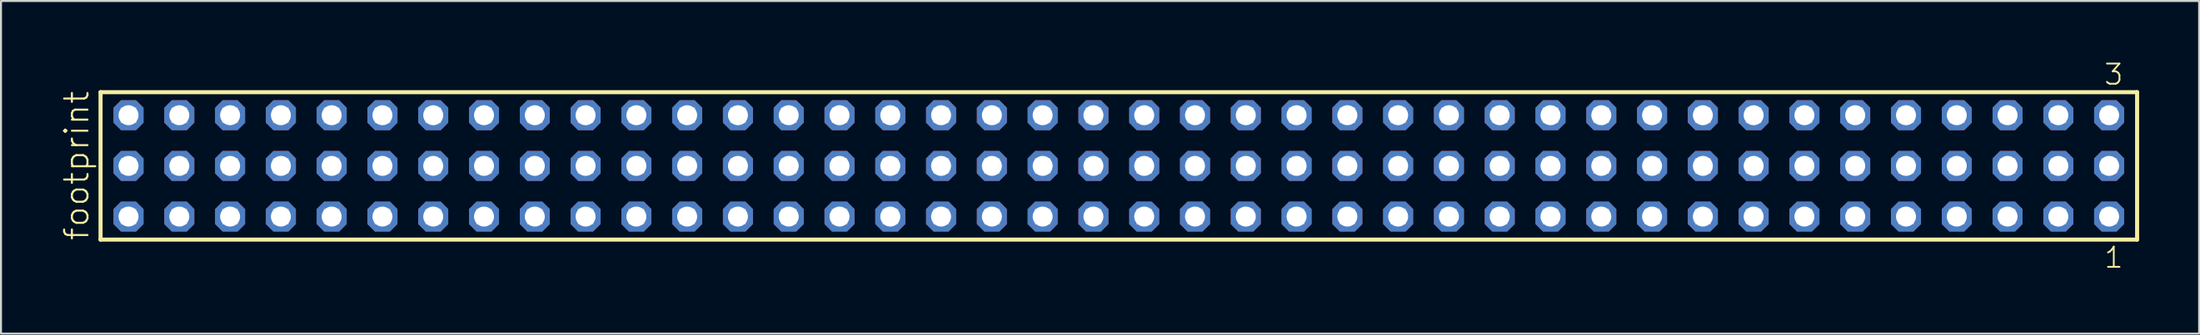
<source format=kicad_pcb>
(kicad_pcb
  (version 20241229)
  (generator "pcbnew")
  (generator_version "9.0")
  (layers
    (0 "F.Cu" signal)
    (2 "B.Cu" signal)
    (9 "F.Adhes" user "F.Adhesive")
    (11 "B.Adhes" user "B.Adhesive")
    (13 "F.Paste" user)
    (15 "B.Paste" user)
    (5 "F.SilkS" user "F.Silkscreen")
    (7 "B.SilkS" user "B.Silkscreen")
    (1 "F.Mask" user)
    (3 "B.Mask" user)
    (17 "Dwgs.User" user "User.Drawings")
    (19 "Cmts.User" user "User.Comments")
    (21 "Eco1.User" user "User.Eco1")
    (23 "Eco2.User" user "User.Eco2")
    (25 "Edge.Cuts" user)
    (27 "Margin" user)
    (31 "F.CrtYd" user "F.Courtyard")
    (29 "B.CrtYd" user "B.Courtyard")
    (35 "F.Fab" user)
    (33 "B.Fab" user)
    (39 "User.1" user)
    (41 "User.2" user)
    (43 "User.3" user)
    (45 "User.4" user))
  (footprint "footprint"
    (layer "F.Cu")
    (at 52.908 5.265)
    (property "Reference" "footprint" (at -51.435 3.81 90) (layer "F.SilkS") (effects (font (size 1.168 1.168) (thickness 0.102)) (justify left bottom)))
    (fp_line (start -50.929 -3.695) (end 50.929 -3.695) (stroke (width 0.203) (type solid)) (layer "F.SilkS"))
    (fp_line (start -50.929 3.695) (end -50.929 -3.695) (stroke (width 0.203) (type solid)) (layer "F.SilkS"))
    (fp_line (start 50.929 -3.695) (end 50.929 3.695) (stroke (width 0.203) (type solid)) (layer "F.SilkS"))
    (fp_line (start 50.929 3.695) (end -50.929 3.695) (stroke (width 0.203) (type solid)) (layer "F.SilkS"))
    (fp_poly (pts (xy -49.88 -2.19) (xy -49.18 -2.19) (xy -49.18 -2.89) (xy -49.88 -2.89)) (stroke (width 0.1) (type solid)) (fill no) (layer "F.Fab"))
    (fp_poly (pts (xy -49.88 0.35) (xy -49.18 0.35) (xy -49.18 -0.35) (xy -49.88 -0.35)) (stroke (width 0.1) (type solid)) (fill no) (layer "F.Fab"))
    (fp_poly (pts (xy -49.88 2.89) (xy -49.18 2.89) (xy -49.18 2.19) (xy -49.88 2.19)) (stroke (width 0.1) (type solid)) (fill no) (layer "F.Fab"))
    (fp_poly (pts (xy -47.34 -2.19) (xy -46.64 -2.19) (xy -46.64 -2.89) (xy -47.34 -2.89)) (stroke (width 0.1) (type solid)) (fill no) (layer "F.Fab"))
    (fp_poly (pts (xy -47.34 0.35) (xy -46.64 0.35) (xy -46.64 -0.35) (xy -47.34 -0.35)) (stroke (width 0.1) (type solid)) (fill no) (layer "F.Fab"))
    (fp_poly (pts (xy -47.34 2.89) (xy -46.64 2.89) (xy -46.64 2.19) (xy -47.34 2.19)) (stroke (width 0.1) (type solid)) (fill no) (layer "F.Fab"))
    (fp_poly (pts (xy -44.8 -2.19) (xy -44.1 -2.19) (xy -44.1 -2.89) (xy -44.8 -2.89)) (stroke (width 0.1) (type solid)) (fill no) (layer "F.Fab"))
    (fp_poly (pts (xy -44.8 0.35) (xy -44.1 0.35) (xy -44.1 -0.35) (xy -44.8 -0.35)) (stroke (width 0.1) (type solid)) (fill no) (layer "F.Fab"))
    (fp_poly (pts (xy -44.8 2.89) (xy -44.1 2.89) (xy -44.1 2.19) (xy -44.8 2.19)) (stroke (width 0.1) (type solid)) (fill no) (layer "F.Fab"))
    (fp_poly (pts (xy -42.26 -2.19) (xy -41.56 -2.19) (xy -41.56 -2.89) (xy -42.26 -2.89)) (stroke (width 0.1) (type solid)) (fill no) (layer "F.Fab"))
    (fp_poly (pts (xy -42.26 0.35) (xy -41.56 0.35) (xy -41.56 -0.35) (xy -42.26 -0.35)) (stroke (width 0.1) (type solid)) (fill no) (layer "F.Fab"))
    (fp_poly (pts (xy -42.26 2.89) (xy -41.56 2.89) (xy -41.56 2.19) (xy -42.26 2.19)) (stroke (width 0.1) (type solid)) (fill no) (layer "F.Fab"))
    (fp_poly (pts (xy -39.72 -2.19) (xy -39.02 -2.19) (xy -39.02 -2.89) (xy -39.72 -2.89)) (stroke (width 0.1) (type solid)) (fill no) (layer "F.Fab"))
    (fp_poly (pts (xy -39.72 0.35) (xy -39.02 0.35) (xy -39.02 -0.35) (xy -39.72 -0.35)) (stroke (width 0.1) (type solid)) (fill no) (layer "F.Fab"))
    (fp_poly (pts (xy -39.72 2.89) (xy -39.02 2.89) (xy -39.02 2.19) (xy -39.72 2.19)) (stroke (width 0.1) (type solid)) (fill no) (layer "F.Fab"))
    (fp_poly (pts (xy -37.18 -2.19) (xy -36.48 -2.19) (xy -36.48 -2.89) (xy -37.18 -2.89)) (stroke (width 0.1) (type solid)) (fill no) (layer "F.Fab"))
    (fp_poly (pts (xy -37.18 0.35) (xy -36.48 0.35) (xy -36.48 -0.35) (xy -37.18 -0.35)) (stroke (width 0.1) (type solid)) (fill no) (layer "F.Fab"))
    (fp_poly (pts (xy -37.18 2.89) (xy -36.48 2.89) (xy -36.48 2.19) (xy -37.18 2.19)) (stroke (width 0.1) (type solid)) (fill no) (layer "F.Fab"))
    (fp_poly (pts (xy -34.64 -2.19) (xy -33.94 -2.19) (xy -33.94 -2.89) (xy -34.64 -2.89)) (stroke (width 0.1) (type solid)) (fill no) (layer "F.Fab"))
    (fp_poly (pts (xy -34.64 0.35) (xy -33.94 0.35) (xy -33.94 -0.35) (xy -34.64 -0.35)) (stroke (width 0.1) (type solid)) (fill no) (layer "F.Fab"))
    (fp_poly (pts (xy -34.64 2.89) (xy -33.94 2.89) (xy -33.94 2.19) (xy -34.64 2.19)) (stroke (width 0.1) (type solid)) (fill no) (layer "F.Fab"))
    (fp_poly (pts (xy -32.1 -2.19) (xy -31.4 -2.19) (xy -31.4 -2.89) (xy -32.1 -2.89)) (stroke (width 0.1) (type solid)) (fill no) (layer "F.Fab"))
    (fp_poly (pts (xy -32.1 0.35) (xy -31.4 0.35) (xy -31.4 -0.35) (xy -32.1 -0.35)) (stroke (width 0.1) (type solid)) (fill no) (layer "F.Fab"))
    (fp_poly (pts (xy -32.1 2.89) (xy -31.4 2.89) (xy -31.4 2.19) (xy -32.1 2.19)) (stroke (width 0.1) (type solid)) (fill no) (layer "F.Fab"))
    (fp_poly (pts (xy -29.56 -2.19) (xy -28.86 -2.19) (xy -28.86 -2.89) (xy -29.56 -2.89)) (stroke (width 0.1) (type solid)) (fill no) (layer "F.Fab"))
    (fp_poly (pts (xy -29.56 0.35) (xy -28.86 0.35) (xy -28.86 -0.35) (xy -29.56 -0.35)) (stroke (width 0.1) (type solid)) (fill no) (layer "F.Fab"))
    (fp_poly (pts (xy -29.56 2.89) (xy -28.86 2.89) (xy -28.86 2.19) (xy -29.56 2.19)) (stroke (width 0.1) (type solid)) (fill no) (layer "F.Fab"))
    (fp_poly (pts (xy -27.02 -2.19) (xy -26.32 -2.19) (xy -26.32 -2.89) (xy -27.02 -2.89)) (stroke (width 0.1) (type solid)) (fill no) (layer "F.Fab"))
    (fp_poly (pts (xy -27.02 0.35) (xy -26.32 0.35) (xy -26.32 -0.35) (xy -27.02 -0.35)) (stroke (width 0.1) (type solid)) (fill no) (layer "F.Fab"))
    (fp_poly (pts (xy -27.02 2.89) (xy -26.32 2.89) (xy -26.32 2.19) (xy -27.02 2.19)) (stroke (width 0.1) (type solid)) (fill no) (layer "F.Fab"))
    (fp_poly (pts (xy -24.48 -2.19) (xy -23.78 -2.19) (xy -23.78 -2.89) (xy -24.48 -2.89)) (stroke (width 0.1) (type solid)) (fill no) (layer "F.Fab"))
    (fp_poly (pts (xy -24.48 0.35) (xy -23.78 0.35) (xy -23.78 -0.35) (xy -24.48 -0.35)) (stroke (width 0.1) (type solid)) (fill no) (layer "F.Fab"))
    (fp_poly (pts (xy -24.48 2.89) (xy -23.78 2.89) (xy -23.78 2.19) (xy -24.48 2.19)) (stroke (width 0.1) (type solid)) (fill no) (layer "F.Fab"))
    (fp_poly (pts (xy -21.94 -2.19) (xy -21.24 -2.19) (xy -21.24 -2.89) (xy -21.94 -2.89)) (stroke (width 0.1) (type solid)) (fill no) (layer "F.Fab"))
    (fp_poly (pts (xy -21.94 0.35) (xy -21.24 0.35) (xy -21.24 -0.35) (xy -21.94 -0.35)) (stroke (width 0.1) (type solid)) (fill no) (layer "F.Fab"))
    (fp_poly (pts (xy -21.94 2.89) (xy -21.24 2.89) (xy -21.24 2.19) (xy -21.94 2.19)) (stroke (width 0.1) (type solid)) (fill no) (layer "F.Fab"))
    (fp_poly (pts (xy -19.4 -2.19) (xy -18.7 -2.19) (xy -18.7 -2.89) (xy -19.4 -2.89)) (stroke (width 0.1) (type solid)) (fill no) (layer "F.Fab"))
    (fp_poly (pts (xy -19.4 0.35) (xy -18.7 0.35) (xy -18.7 -0.35) (xy -19.4 -0.35)) (stroke (width 0.1) (type solid)) (fill no) (layer "F.Fab"))
    (fp_poly (pts (xy -19.4 2.89) (xy -18.7 2.89) (xy -18.7 2.19) (xy -19.4 2.19)) (stroke (width 0.1) (type solid)) (fill no) (layer "F.Fab"))
    (fp_poly (pts (xy -16.86 -2.19) (xy -16.16 -2.19) (xy -16.16 -2.89) (xy -16.86 -2.89)) (stroke (width 0.1) (type solid)) (fill no) (layer "F.Fab"))
    (fp_poly (pts (xy -16.86 0.35) (xy -16.16 0.35) (xy -16.16 -0.35) (xy -16.86 -0.35)) (stroke (width 0.1) (type solid)) (fill no) (layer "F.Fab"))
    (fp_poly (pts (xy -16.86 2.89) (xy -16.16 2.89) (xy -16.16 2.19) (xy -16.86 2.19)) (stroke (width 0.1) (type solid)) (fill no) (layer "F.Fab"))
    (fp_poly (pts (xy -14.32 -2.19) (xy -13.62 -2.19) (xy -13.62 -2.89) (xy -14.32 -2.89)) (stroke (width 0.1) (type solid)) (fill no) (layer "F.Fab"))
    (fp_poly (pts (xy -14.32 0.35) (xy -13.62 0.35) (xy -13.62 -0.35) (xy -14.32 -0.35)) (stroke (width 0.1) (type solid)) (fill no) (layer "F.Fab"))
    (fp_poly (pts (xy -14.32 2.89) (xy -13.62 2.89) (xy -13.62 2.19) (xy -14.32 2.19)) (stroke (width 0.1) (type solid)) (fill no) (layer "F.Fab"))
    (fp_poly (pts (xy -11.78 -2.19) (xy -11.08 -2.19) (xy -11.08 -2.89) (xy -11.78 -2.89)) (stroke (width 0.1) (type solid)) (fill no) (layer "F.Fab"))
    (fp_poly (pts (xy -11.78 0.35) (xy -11.08 0.35) (xy -11.08 -0.35) (xy -11.78 -0.35)) (stroke (width 0.1) (type solid)) (fill no) (layer "F.Fab"))
    (fp_poly (pts (xy -11.78 2.89) (xy -11.08 2.89) (xy -11.08 2.19) (xy -11.78 2.19)) (stroke (width 0.1) (type solid)) (fill no) (layer "F.Fab"))
    (fp_poly (pts (xy -9.24 -2.19) (xy -8.54 -2.19) (xy -8.54 -2.89) (xy -9.24 -2.89)) (stroke (width 0.1) (type solid)) (fill no) (layer "F.Fab"))
    (fp_poly (pts (xy -9.24 0.35) (xy -8.54 0.35) (xy -8.54 -0.35) (xy -9.24 -0.35)) (stroke (width 0.1) (type solid)) (fill no) (layer "F.Fab"))
    (fp_poly (pts (xy -9.24 2.89) (xy -8.54 2.89) (xy -8.54 2.19) (xy -9.24 2.19)) (stroke (width 0.1) (type solid)) (fill no) (layer "F.Fab"))
    (fp_poly (pts (xy -6.7 -2.19) (xy -6 -2.19) (xy -6 -2.89) (xy -6.7 -2.89)) (stroke (width 0.1) (type solid)) (fill no) (layer "F.Fab"))
    (fp_poly (pts (xy -6.7 0.35) (xy -6 0.35) (xy -6 -0.35) (xy -6.7 -0.35)) (stroke (width 0.1) (type solid)) (fill no) (layer "F.Fab"))
    (fp_poly (pts (xy -6.7 2.89) (xy -6 2.89) (xy -6 2.19) (xy -6.7 2.19)) (stroke (width 0.1) (type solid)) (fill no) (layer "F.Fab"))
    (fp_poly (pts (xy -4.16 -2.19) (xy -3.46 -2.19) (xy -3.46 -2.89) (xy -4.16 -2.89)) (stroke (width 0.1) (type solid)) (fill no) (layer "F.Fab"))
    (fp_poly (pts (xy -4.16 0.35) (xy -3.46 0.35) (xy -3.46 -0.35) (xy -4.16 -0.35)) (stroke (width 0.1) (type solid)) (fill no) (layer "F.Fab"))
    (fp_poly (pts (xy -4.16 2.89) (xy -3.46 2.89) (xy -3.46 2.19) (xy -4.16 2.19)) (stroke (width 0.1) (type solid)) (fill no) (layer "F.Fab"))
    (fp_poly (pts (xy -1.62 -2.19) (xy -0.92 -2.19) (xy -0.92 -2.89) (xy -1.62 -2.89)) (stroke (width 0.1) (type solid)) (fill no) (layer "F.Fab"))
    (fp_poly (pts (xy -1.62 0.35) (xy -0.92 0.35) (xy -0.92 -0.35) (xy -1.62 -0.35)) (stroke (width 0.1) (type solid)) (fill no) (layer "F.Fab"))
    (fp_poly (pts (xy -1.62 2.89) (xy -0.92 2.89) (xy -0.92 2.19) (xy -1.62 2.19)) (stroke (width 0.1) (type solid)) (fill no) (layer "F.Fab"))
    (fp_poly (pts (xy 0.92 -2.19) (xy 1.62 -2.19) (xy 1.62 -2.89) (xy 0.92 -2.89)) (stroke (width 0.1) (type solid)) (fill no) (layer "F.Fab"))
    (fp_poly (pts (xy 0.92 0.35) (xy 1.62 0.35) (xy 1.62 -0.35) (xy 0.92 -0.35)) (stroke (width 0.1) (type solid)) (fill no) (layer "F.Fab"))
    (fp_poly (pts (xy 0.92 2.89) (xy 1.62 2.89) (xy 1.62 2.19) (xy 0.92 2.19)) (stroke (width 0.1) (type solid)) (fill no) (layer "F.Fab"))
    (fp_poly (pts (xy 3.46 -2.19) (xy 4.16 -2.19) (xy 4.16 -2.89) (xy 3.46 -2.89)) (stroke (width 0.1) (type solid)) (fill no) (layer "F.Fab"))
    (fp_poly (pts (xy 3.46 0.35) (xy 4.16 0.35) (xy 4.16 -0.35) (xy 3.46 -0.35)) (stroke (width 0.1) (type solid)) (fill no) (layer "F.Fab"))
    (fp_poly (pts (xy 3.46 2.89) (xy 4.16 2.89) (xy 4.16 2.19) (xy 3.46 2.19)) (stroke (width 0.1) (type solid)) (fill no) (layer "F.Fab"))
    (fp_poly (pts (xy 6 -2.19) (xy 6.7 -2.19) (xy 6.7 -2.89) (xy 6 -2.89)) (stroke (width 0.1) (type solid)) (fill no) (layer "F.Fab"))
    (fp_poly (pts (xy 6 0.35) (xy 6.7 0.35) (xy 6.7 -0.35) (xy 6 -0.35)) (stroke (width 0.1) (type solid)) (fill no) (layer "F.Fab"))
    (fp_poly (pts (xy 6 2.89) (xy 6.7 2.89) (xy 6.7 2.19) (xy 6 2.19)) (stroke (width 0.1) (type solid)) (fill no) (layer "F.Fab"))
    (fp_poly (pts (xy 8.54 -2.19) (xy 9.24 -2.19) (xy 9.24 -2.89) (xy 8.54 -2.89)) (stroke (width 0.1) (type solid)) (fill no) (layer "F.Fab"))
    (fp_poly (pts (xy 8.54 0.35) (xy 9.24 0.35) (xy 9.24 -0.35) (xy 8.54 -0.35)) (stroke (width 0.1) (type solid)) (fill no) (layer "F.Fab"))
    (fp_poly (pts (xy 8.54 2.89) (xy 9.24 2.89) (xy 9.24 2.19) (xy 8.54 2.19)) (stroke (width 0.1) (type solid)) (fill no) (layer "F.Fab"))
    (fp_poly (pts (xy 11.08 -2.19) (xy 11.78 -2.19) (xy 11.78 -2.89) (xy 11.08 -2.89)) (stroke (width 0.1) (type solid)) (fill no) (layer "F.Fab"))
    (fp_poly (pts (xy 11.08 0.35) (xy 11.78 0.35) (xy 11.78 -0.35) (xy 11.08 -0.35)) (stroke (width 0.1) (type solid)) (fill no) (layer "F.Fab"))
    (fp_poly (pts (xy 11.08 2.89) (xy 11.78 2.89) (xy 11.78 2.19) (xy 11.08 2.19)) (stroke (width 0.1) (type solid)) (fill no) (layer "F.Fab"))
    (fp_poly (pts (xy 13.62 -2.19) (xy 14.32 -2.19) (xy 14.32 -2.89) (xy 13.62 -2.89)) (stroke (width 0.1) (type solid)) (fill no) (layer "F.Fab"))
    (fp_poly (pts (xy 13.62 0.35) (xy 14.32 0.35) (xy 14.32 -0.35) (xy 13.62 -0.35)) (stroke (width 0.1) (type solid)) (fill no) (layer "F.Fab"))
    (fp_poly (pts (xy 13.62 2.89) (xy 14.32 2.89) (xy 14.32 2.19) (xy 13.62 2.19)) (stroke (width 0.1) (type solid)) (fill no) (layer "F.Fab"))
    (fp_poly (pts (xy 16.16 -2.19) (xy 16.86 -2.19) (xy 16.86 -2.89) (xy 16.16 -2.89)) (stroke (width 0.1) (type solid)) (fill no) (layer "F.Fab"))
    (fp_poly (pts (xy 16.16 0.35) (xy 16.86 0.35) (xy 16.86 -0.35) (xy 16.16 -0.35)) (stroke (width 0.1) (type solid)) (fill no) (layer "F.Fab"))
    (fp_poly (pts (xy 16.16 2.89) (xy 16.86 2.89) (xy 16.86 2.19) (xy 16.16 2.19)) (stroke (width 0.1) (type solid)) (fill no) (layer "F.Fab"))
    (fp_poly (pts (xy 18.7 -2.19) (xy 19.4 -2.19) (xy 19.4 -2.89) (xy 18.7 -2.89)) (stroke (width 0.1) (type solid)) (fill no) (layer "F.Fab"))
    (fp_poly (pts (xy 18.7 0.35) (xy 19.4 0.35) (xy 19.4 -0.35) (xy 18.7 -0.35)) (stroke (width 0.1) (type solid)) (fill no) (layer "F.Fab"))
    (fp_poly (pts (xy 18.7 2.89) (xy 19.4 2.89) (xy 19.4 2.19) (xy 18.7 2.19)) (stroke (width 0.1) (type solid)) (fill no) (layer "F.Fab"))
    (fp_poly (pts (xy 21.24 -2.19) (xy 21.94 -2.19) (xy 21.94 -2.89) (xy 21.24 -2.89)) (stroke (width 0.1) (type solid)) (fill no) (layer "F.Fab"))
    (fp_poly (pts (xy 21.24 0.35) (xy 21.94 0.35) (xy 21.94 -0.35) (xy 21.24 -0.35)) (stroke (width 0.1) (type solid)) (fill no) (layer "F.Fab"))
    (fp_poly (pts (xy 21.24 2.89) (xy 21.94 2.89) (xy 21.94 2.19) (xy 21.24 2.19)) (stroke (width 0.1) (type solid)) (fill no) (layer "F.Fab"))
    (fp_poly (pts (xy 23.78 -2.19) (xy 24.48 -2.19) (xy 24.48 -2.89) (xy 23.78 -2.89)) (stroke (width 0.1) (type solid)) (fill no) (layer "F.Fab"))
    (fp_poly (pts (xy 23.78 0.35) (xy 24.48 0.35) (xy 24.48 -0.35) (xy 23.78 -0.35)) (stroke (width 0.1) (type solid)) (fill no) (layer "F.Fab"))
    (fp_poly (pts (xy 23.78 2.89) (xy 24.48 2.89) (xy 24.48 2.19) (xy 23.78 2.19)) (stroke (width 0.1) (type solid)) (fill no) (layer "F.Fab"))
    (fp_poly (pts (xy 26.32 -2.19) (xy 27.02 -2.19) (xy 27.02 -2.89) (xy 26.32 -2.89)) (stroke (width 0.1) (type solid)) (fill no) (layer "F.Fab"))
    (fp_poly (pts (xy 26.32 0.35) (xy 27.02 0.35) (xy 27.02 -0.35) (xy 26.32 -0.35)) (stroke (width 0.1) (type solid)) (fill no) (layer "F.Fab"))
    (fp_poly (pts (xy 26.32 2.89) (xy 27.02 2.89) (xy 27.02 2.19) (xy 26.32 2.19)) (stroke (width 0.1) (type solid)) (fill no) (layer "F.Fab"))
    (fp_poly (pts (xy 28.86 -2.19) (xy 29.56 -2.19) (xy 29.56 -2.89) (xy 28.86 -2.89)) (stroke (width 0.1) (type solid)) (fill no) (layer "F.Fab"))
    (fp_poly (pts (xy 28.86 0.35) (xy 29.56 0.35) (xy 29.56 -0.35) (xy 28.86 -0.35)) (stroke (width 0.1) (type solid)) (fill no) (layer "F.Fab"))
    (fp_poly (pts (xy 28.86 2.89) (xy 29.56 2.89) (xy 29.56 2.19) (xy 28.86 2.19)) (stroke (width 0.1) (type solid)) (fill no) (layer "F.Fab"))
    (fp_poly (pts (xy 31.4 -2.19) (xy 32.1 -2.19) (xy 32.1 -2.89) (xy 31.4 -2.89)) (stroke (width 0.1) (type solid)) (fill no) (layer "F.Fab"))
    (fp_poly (pts (xy 31.4 0.35) (xy 32.1 0.35) (xy 32.1 -0.35) (xy 31.4 -0.35)) (stroke (width 0.1) (type solid)) (fill no) (layer "F.Fab"))
    (fp_poly (pts (xy 31.4 2.89) (xy 32.1 2.89) (xy 32.1 2.19) (xy 31.4 2.19)) (stroke (width 0.1) (type solid)) (fill no) (layer "F.Fab"))
    (fp_poly (pts (xy 33.94 -2.19) (xy 34.64 -2.19) (xy 34.64 -2.89) (xy 33.94 -2.89)) (stroke (width 0.1) (type solid)) (fill no) (layer "F.Fab"))
    (fp_poly (pts (xy 33.94 0.35) (xy 34.64 0.35) (xy 34.64 -0.35) (xy 33.94 -0.35)) (stroke (width 0.1) (type solid)) (fill no) (layer "F.Fab"))
    (fp_poly (pts (xy 33.94 2.89) (xy 34.64 2.89) (xy 34.64 2.19) (xy 33.94 2.19)) (stroke (width 0.1) (type solid)) (fill no) (layer "F.Fab"))
    (fp_poly (pts (xy 36.48 -2.19) (xy 37.18 -2.19) (xy 37.18 -2.89) (xy 36.48 -2.89)) (stroke (width 0.1) (type solid)) (fill no) (layer "F.Fab"))
    (fp_poly (pts (xy 36.48 0.35) (xy 37.18 0.35) (xy 37.18 -0.35) (xy 36.48 -0.35)) (stroke (width 0.1) (type solid)) (fill no) (layer "F.Fab"))
    (fp_poly (pts (xy 36.48 2.89) (xy 37.18 2.89) (xy 37.18 2.19) (xy 36.48 2.19)) (stroke (width 0.1) (type solid)) (fill no) (layer "F.Fab"))
    (fp_poly (pts (xy 39.02 -2.19) (xy 39.72 -2.19) (xy 39.72 -2.89) (xy 39.02 -2.89)) (stroke (width 0.1) (type solid)) (fill no) (layer "F.Fab"))
    (fp_poly (pts (xy 39.02 0.35) (xy 39.72 0.35) (xy 39.72 -0.35) (xy 39.02 -0.35)) (stroke (width 0.1) (type solid)) (fill no) (layer "F.Fab"))
    (fp_poly (pts (xy 39.02 2.89) (xy 39.72 2.89) (xy 39.72 2.19) (xy 39.02 2.19)) (stroke (width 0.1) (type solid)) (fill no) (layer "F.Fab"))
    (fp_poly (pts (xy 41.56 -2.19) (xy 42.26 -2.19) (xy 42.26 -2.89) (xy 41.56 -2.89)) (stroke (width 0.1) (type solid)) (fill no) (layer "F.Fab"))
    (fp_poly (pts (xy 41.56 0.35) (xy 42.26 0.35) (xy 42.26 -0.35) (xy 41.56 -0.35)) (stroke (width 0.1) (type solid)) (fill no) (layer "F.Fab"))
    (fp_poly (pts (xy 41.56 2.89) (xy 42.26 2.89) (xy 42.26 2.19) (xy 41.56 2.19)) (stroke (width 0.1) (type solid)) (fill no) (layer "F.Fab"))
    (fp_poly (pts (xy 44.1 -2.19) (xy 44.8 -2.19) (xy 44.8 -2.89) (xy 44.1 -2.89)) (stroke (width 0.1) (type solid)) (fill no) (layer "F.Fab"))
    (fp_poly (pts (xy 44.1 0.35) (xy 44.8 0.35) (xy 44.8 -0.35) (xy 44.1 -0.35)) (stroke (width 0.1) (type solid)) (fill no) (layer "F.Fab"))
    (fp_poly (pts (xy 44.1 2.89) (xy 44.8 2.89) (xy 44.8 2.19) (xy 44.1 2.19)) (stroke (width 0.1) (type solid)) (fill no) (layer "F.Fab"))
    (fp_poly (pts (xy 46.64 -2.19) (xy 47.34 -2.19) (xy 47.34 -2.89) (xy 46.64 -2.89)) (stroke (width 0.1) (type solid)) (fill no) (layer "F.Fab"))
    (fp_poly (pts (xy 46.64 0.35) (xy 47.34 0.35) (xy 47.34 -0.35) (xy 46.64 -0.35)) (stroke (width 0.1) (type solid)) (fill no) (layer "F.Fab"))
    (fp_poly (pts (xy 46.64 2.89) (xy 47.34 2.89) (xy 47.34 2.19) (xy 46.64 2.19)) (stroke (width 0.1) (type solid)) (fill no) (layer "F.Fab"))
    (fp_poly (pts (xy 49.18 -2.19) (xy 49.88 -2.19) (xy 49.88 -2.89) (xy 49.18 -2.89)) (stroke (width 0.1) (type solid)) (fill no) (layer "F.Fab"))
    (fp_poly (pts (xy 49.18 0.35) (xy 49.88 0.35) (xy 49.88 -0.35) (xy 49.18 -0.35)) (stroke (width 0.1) (type solid)) (fill no) (layer "F.Fab"))
    (fp_poly (pts (xy 49.18 2.89) (xy 49.88 2.89) (xy 49.88 2.19) (xy 49.18 2.19)) (stroke (width 0.1) (type solid)) (fill no) (layer "F.Fab"))
    (fp_text user "3" (at 49.218 -3.989 0) (layer "F.SilkS") (effects (font (size 1.012 1.012) (thickness 0.088)) (justify left bottom)))
    (fp_text user "1" (at 49.222 5.188 0) (layer "F.SilkS") (effects (font (size 1.012 1.012) (thickness 0.088)) (justify left bottom)))
    (pad "1" thru_hole roundrect (at 49.53 2.54 180) (size 1.5 1.5) (drill 1) (layers "*.Cu" "*.Mask") (roundrect_rratio 0.25) (chamfer_ratio 0.25) (chamfer top_left top_right bottom_left bottom_right))
    (pad "2" thru_hole roundrect (at 49.53 0 180) (size 1.5 1.5) (drill 1) (layers "*.Cu" "*.Mask") (roundrect_rratio 0.25) (chamfer_ratio 0.25) (chamfer top_left top_right bottom_left bottom_right))
    (pad "3" thru_hole roundrect (at 49.53 -2.54 180) (size 1.5 1.5) (drill 1) (layers "*.Cu" "*.Mask") (roundrect_rratio 0.25) (chamfer_ratio 0.25) (chamfer top_left top_right bottom_left bottom_right))
    (pad "4" thru_hole roundrect (at 46.99 2.54 180) (size 1.5 1.5) (drill 1) (layers "*.Cu" "*.Mask") (roundrect_rratio 0.25) (chamfer_ratio 0.25) (chamfer top_left top_right bottom_left bottom_right))
    (pad "5" thru_hole roundrect (at 46.99 0 180) (size 1.5 1.5) (drill 1) (layers "*.Cu" "*.Mask") (roundrect_rratio 0.25) (chamfer_ratio 0.25) (chamfer top_left top_right bottom_left bottom_right))
    (pad "6" thru_hole roundrect (at 46.99 -2.54 180) (size 1.5 1.5) (drill 1) (layers "*.Cu" "*.Mask") (roundrect_rratio 0.25) (chamfer_ratio 0.25) (chamfer top_left top_right bottom_left bottom_right))
    (pad "7" thru_hole roundrect (at 44.45 2.54 180) (size 1.5 1.5) (drill 1) (layers "*.Cu" "*.Mask") (roundrect_rratio 0.25) (chamfer_ratio 0.25) (chamfer top_left top_right bottom_left bottom_right))
    (pad "8" thru_hole roundrect (at 44.45 0 180) (size 1.5 1.5) (drill 1) (layers "*.Cu" "*.Mask") (roundrect_rratio 0.25) (chamfer_ratio 0.25) (chamfer top_left top_right bottom_left bottom_right))
    (pad "9" thru_hole roundrect (at 44.45 -2.54 180) (size 1.5 1.5) (drill 1) (layers "*.Cu" "*.Mask") (roundrect_rratio 0.25) (chamfer_ratio 0.25) (chamfer top_left top_right bottom_left bottom_right))
    (pad "10" thru_hole roundrect (at 41.91 2.54 180) (size 1.5 1.5) (drill 1) (layers "*.Cu" "*.Mask") (roundrect_rratio 0.25) (chamfer_ratio 0.25) (chamfer top_left top_right bottom_left bottom_right))
    (pad "11" thru_hole roundrect (at 41.91 0 180) (size 1.5 1.5) (drill 1) (layers "*.Cu" "*.Mask") (roundrect_rratio 0.25) (chamfer_ratio 0.25) (chamfer top_left top_right bottom_left bottom_right))
    (pad "12" thru_hole roundrect (at 41.91 -2.54 180) (size 1.5 1.5) (drill 1) (layers "*.Cu" "*.Mask") (roundrect_rratio 0.25) (chamfer_ratio 0.25) (chamfer top_left top_right bottom_left bottom_right))
    (pad "13" thru_hole roundrect (at 39.37 2.54 180) (size 1.5 1.5) (drill 1) (layers "*.Cu" "*.Mask") (roundrect_rratio 0.25) (chamfer_ratio 0.25) (chamfer top_left top_right bottom_left bottom_right))
    (pad "14" thru_hole roundrect (at 39.37 0 180) (size 1.5 1.5) (drill 1) (layers "*.Cu" "*.Mask") (roundrect_rratio 0.25) (chamfer_ratio 0.25) (chamfer top_left top_right bottom_left bottom_right))
    (pad "15" thru_hole roundrect (at 39.37 -2.54 180) (size 1.5 1.5) (drill 1) (layers "*.Cu" "*.Mask") (roundrect_rratio 0.25) (chamfer_ratio 0.25) (chamfer top_left top_right bottom_left bottom_right))
    (pad "16" thru_hole roundrect (at 36.83 2.54 180) (size 1.5 1.5) (drill 1) (layers "*.Cu" "*.Mask") (roundrect_rratio 0.25) (chamfer_ratio 0.25) (chamfer top_left top_right bottom_left bottom_right))
    (pad "17" thru_hole roundrect (at 36.83 0 180) (size 1.5 1.5) (drill 1) (layers "*.Cu" "*.Mask") (roundrect_rratio 0.25) (chamfer_ratio 0.25) (chamfer top_left top_right bottom_left bottom_right))
    (pad "18" thru_hole roundrect (at 36.83 -2.54 180) (size 1.5 1.5) (drill 1) (layers "*.Cu" "*.Mask") (roundrect_rratio 0.25) (chamfer_ratio 0.25) (chamfer top_left top_right bottom_left bottom_right))
    (pad "19" thru_hole roundrect (at 34.29 2.54 180) (size 1.5 1.5) (drill 1) (layers "*.Cu" "*.Mask") (roundrect_rratio 0.25) (chamfer_ratio 0.25) (chamfer top_left top_right bottom_left bottom_right))
    (pad "20" thru_hole roundrect (at 34.29 0 180) (size 1.5 1.5) (drill 1) (layers "*.Cu" "*.Mask") (roundrect_rratio 0.25) (chamfer_ratio 0.25) (chamfer top_left top_right bottom_left bottom_right))
    (pad "21" thru_hole roundrect (at 34.29 -2.54 180) (size 1.5 1.5) (drill 1) (layers "*.Cu" "*.Mask") (roundrect_rratio 0.25) (chamfer_ratio 0.25) (chamfer top_left top_right bottom_left bottom_right))
    (pad "22" thru_hole roundrect (at 31.75 2.54 180) (size 1.5 1.5) (drill 1) (layers "*.Cu" "*.Mask") (roundrect_rratio 0.25) (chamfer_ratio 0.25) (chamfer top_left top_right bottom_left bottom_right))
    (pad "23" thru_hole roundrect (at 31.75 0 180) (size 1.5 1.5) (drill 1) (layers "*.Cu" "*.Mask") (roundrect_rratio 0.25) (chamfer_ratio 0.25) (chamfer top_left top_right bottom_left bottom_right))
    (pad "24" thru_hole roundrect (at 31.75 -2.54 180) (size 1.5 1.5) (drill 1) (layers "*.Cu" "*.Mask") (roundrect_rratio 0.25) (chamfer_ratio 0.25) (chamfer top_left top_right bottom_left bottom_right))
    (pad "25" thru_hole roundrect (at 29.21 2.54 180) (size 1.5 1.5) (drill 1) (layers "*.Cu" "*.Mask") (roundrect_rratio 0.25) (chamfer_ratio 0.25) (chamfer top_left top_right bottom_left bottom_right))
    (pad "26" thru_hole roundrect (at 29.21 0 180) (size 1.5 1.5) (drill 1) (layers "*.Cu" "*.Mask") (roundrect_rratio 0.25) (chamfer_ratio 0.25) (chamfer top_left top_right bottom_left bottom_right))
    (pad "27" thru_hole roundrect (at 29.21 -2.54 180) (size 1.5 1.5) (drill 1) (layers "*.Cu" "*.Mask") (roundrect_rratio 0.25) (chamfer_ratio 0.25) (chamfer top_left top_right bottom_left bottom_right))
    (pad "28" thru_hole roundrect (at 26.67 2.54 180) (size 1.5 1.5) (drill 1) (layers "*.Cu" "*.Mask") (roundrect_rratio 0.25) (chamfer_ratio 0.25) (chamfer top_left top_right bottom_left bottom_right))
    (pad "29" thru_hole roundrect (at 26.67 0 180) (size 1.5 1.5) (drill 1) (layers "*.Cu" "*.Mask") (roundrect_rratio 0.25) (chamfer_ratio 0.25) (chamfer top_left top_right bottom_left bottom_right))
    (pad "30" thru_hole roundrect (at 26.67 -2.54 180) (size 1.5 1.5) (drill 1) (layers "*.Cu" "*.Mask") (roundrect_rratio 0.25) (chamfer_ratio 0.25) (chamfer top_left top_right bottom_left bottom_right))
    (pad "31" thru_hole roundrect (at 24.13 2.54 180) (size 1.5 1.5) (drill 1) (layers "*.Cu" "*.Mask") (roundrect_rratio 0.25) (chamfer_ratio 0.25) (chamfer top_left top_right bottom_left bottom_right))
    (pad "32" thru_hole roundrect (at 24.13 0 180) (size 1.5 1.5) (drill 1) (layers "*.Cu" "*.Mask") (roundrect_rratio 0.25) (chamfer_ratio 0.25) (chamfer top_left top_right bottom_left bottom_right))
    (pad "33" thru_hole roundrect (at 24.13 -2.54 180) (size 1.5 1.5) (drill 1) (layers "*.Cu" "*.Mask") (roundrect_rratio 0.25) (chamfer_ratio 0.25) (chamfer top_left top_right bottom_left bottom_right))
    (pad "34" thru_hole roundrect (at 21.59 2.54 180) (size 1.5 1.5) (drill 1) (layers "*.Cu" "*.Mask") (roundrect_rratio 0.25) (chamfer_ratio 0.25) (chamfer top_left top_right bottom_left bottom_right))
    (pad "35" thru_hole roundrect (at 21.59 0 180) (size 1.5 1.5) (drill 1) (layers "*.Cu" "*.Mask") (roundrect_rratio 0.25) (chamfer_ratio 0.25) (chamfer top_left top_right bottom_left bottom_right))
    (pad "36" thru_hole roundrect (at 21.59 -2.54 180) (size 1.5 1.5) (drill 1) (layers "*.Cu" "*.Mask") (roundrect_rratio 0.25) (chamfer_ratio 0.25) (chamfer top_left top_right bottom_left bottom_right))
    (pad "37" thru_hole roundrect (at 19.05 2.54 180) (size 1.5 1.5) (drill 1) (layers "*.Cu" "*.Mask") (roundrect_rratio 0.25) (chamfer_ratio 0.25) (chamfer top_left top_right bottom_left bottom_right))
    (pad "38" thru_hole roundrect (at 19.05 0 180) (size 1.5 1.5) (drill 1) (layers "*.Cu" "*.Mask") (roundrect_rratio 0.25) (chamfer_ratio 0.25) (chamfer top_left top_right bottom_left bottom_right))
    (pad "39" thru_hole roundrect (at 19.05 -2.54 180) (size 1.5 1.5) (drill 1) (layers "*.Cu" "*.Mask") (roundrect_rratio 0.25) (chamfer_ratio 0.25) (chamfer top_left top_right bottom_left bottom_right))
    (pad "40" thru_hole roundrect (at 16.51 2.54 180) (size 1.5 1.5) (drill 1) (layers "*.Cu" "*.Mask") (roundrect_rratio 0.25) (chamfer_ratio 0.25) (chamfer top_left top_right bottom_left bottom_right))
    (pad "41" thru_hole roundrect (at 16.51 0 180) (size 1.5 1.5) (drill 1) (layers "*.Cu" "*.Mask") (roundrect_rratio 0.25) (chamfer_ratio 0.25) (chamfer top_left top_right bottom_left bottom_right))
    (pad "42" thru_hole roundrect (at 16.51 -2.54 180) (size 1.5 1.5) (drill 1) (layers "*.Cu" "*.Mask") (roundrect_rratio 0.25) (chamfer_ratio 0.25) (chamfer top_left top_right bottom_left bottom_right))
    (pad "43" thru_hole roundrect (at 13.97 2.54 180) (size 1.5 1.5) (drill 1) (layers "*.Cu" "*.Mask") (roundrect_rratio 0.25) (chamfer_ratio 0.25) (chamfer top_left top_right bottom_left bottom_right))
    (pad "44" thru_hole roundrect (at 13.97 0 180) (size 1.5 1.5) (drill 1) (layers "*.Cu" "*.Mask") (roundrect_rratio 0.25) (chamfer_ratio 0.25) (chamfer top_left top_right bottom_left bottom_right))
    (pad "45" thru_hole roundrect (at 13.97 -2.54 180) (size 1.5 1.5) (drill 1) (layers "*.Cu" "*.Mask") (roundrect_rratio 0.25) (chamfer_ratio 0.25) (chamfer top_left top_right bottom_left bottom_right))
    (pad "46" thru_hole roundrect (at 11.43 2.54 180) (size 1.5 1.5) (drill 1) (layers "*.Cu" "*.Mask") (roundrect_rratio 0.25) (chamfer_ratio 0.25) (chamfer top_left top_right bottom_left bottom_right))
    (pad "47" thru_hole roundrect (at 11.43 0 180) (size 1.5 1.5) (drill 1) (layers "*.Cu" "*.Mask") (roundrect_rratio 0.25) (chamfer_ratio 0.25) (chamfer top_left top_right bottom_left bottom_right))
    (pad "48" thru_hole roundrect (at 11.43 -2.54 180) (size 1.5 1.5) (drill 1) (layers "*.Cu" "*.Mask") (roundrect_rratio 0.25) (chamfer_ratio 0.25) (chamfer top_left top_right bottom_left bottom_right))
    (pad "49" thru_hole roundrect (at 8.89 2.54 180) (size 1.5 1.5) (drill 1) (layers "*.Cu" "*.Mask") (roundrect_rratio 0.25) (chamfer_ratio 0.25) (chamfer top_left top_right bottom_left bottom_right))
    (pad "50" thru_hole roundrect (at 8.89 0 180) (size 1.5 1.5) (drill 1) (layers "*.Cu" "*.Mask") (roundrect_rratio 0.25) (chamfer_ratio 0.25) (chamfer top_left top_right bottom_left bottom_right))
    (pad "51" thru_hole roundrect (at 8.89 -2.54 180) (size 1.5 1.5) (drill 1) (layers "*.Cu" "*.Mask") (roundrect_rratio 0.25) (chamfer_ratio 0.25) (chamfer top_left top_right bottom_left bottom_right))
    (pad "52" thru_hole roundrect (at 6.35 2.54 180) (size 1.5 1.5) (drill 1) (layers "*.Cu" "*.Mask") (roundrect_rratio 0.25) (chamfer_ratio 0.25) (chamfer top_left top_right bottom_left bottom_right))
    (pad "53" thru_hole roundrect (at 6.35 0 180) (size 1.5 1.5) (drill 1) (layers "*.Cu" "*.Mask") (roundrect_rratio 0.25) (chamfer_ratio 0.25) (chamfer top_left top_right bottom_left bottom_right))
    (pad "54" thru_hole roundrect (at 6.35 -2.54 180) (size 1.5 1.5) (drill 1) (layers "*.Cu" "*.Mask") (roundrect_rratio 0.25) (chamfer_ratio 0.25) (chamfer top_left top_right bottom_left bottom_right))
    (pad "55" thru_hole roundrect (at 3.81 2.54 180) (size 1.5 1.5) (drill 1) (layers "*.Cu" "*.Mask") (roundrect_rratio 0.25) (chamfer_ratio 0.25) (chamfer top_left top_right bottom_left bottom_right))
    (pad "56" thru_hole roundrect (at 3.81 0 180) (size 1.5 1.5) (drill 1) (layers "*.Cu" "*.Mask") (roundrect_rratio 0.25) (chamfer_ratio 0.25) (chamfer top_left top_right bottom_left bottom_right))
    (pad "57" thru_hole roundrect (at 3.81 -2.54 180) (size 1.5 1.5) (drill 1) (layers "*.Cu" "*.Mask") (roundrect_rratio 0.25) (chamfer_ratio 0.25) (chamfer top_left top_right bottom_left bottom_right))
    (pad "58" thru_hole roundrect (at 1.27 2.54 180) (size 1.5 1.5) (drill 1) (layers "*.Cu" "*.Mask") (roundrect_rratio 0.25) (chamfer_ratio 0.25) (chamfer top_left top_right bottom_left bottom_right))
    (pad "59" thru_hole roundrect (at 1.27 0 180) (size 1.5 1.5) (drill 1) (layers "*.Cu" "*.Mask") (roundrect_rratio 0.25) (chamfer_ratio 0.25) (chamfer top_left top_right bottom_left bottom_right))
    (pad "60" thru_hole roundrect (at 1.27 -2.54 180) (size 1.5 1.5) (drill 1) (layers "*.Cu" "*.Mask") (roundrect_rratio 0.25) (chamfer_ratio 0.25) (chamfer top_left top_right bottom_left bottom_right))
    (pad "61" thru_hole roundrect (at -1.27 2.54 180) (size 1.5 1.5) (drill 1) (layers "*.Cu" "*.Mask") (roundrect_rratio 0.25) (chamfer_ratio 0.25) (chamfer top_left top_right bottom_left bottom_right))
    (pad "62" thru_hole roundrect (at -1.27 0 180) (size 1.5 1.5) (drill 1) (layers "*.Cu" "*.Mask") (roundrect_rratio 0.25) (chamfer_ratio 0.25) (chamfer top_left top_right bottom_left bottom_right))
    (pad "63" thru_hole roundrect (at -1.27 -2.54 180) (size 1.5 1.5) (drill 1) (layers "*.Cu" "*.Mask") (roundrect_rratio 0.25) (chamfer_ratio 0.25) (chamfer top_left top_right bottom_left bottom_right))
    (pad "64" thru_hole roundrect (at -3.81 2.54 180) (size 1.5 1.5) (drill 1) (layers "*.Cu" "*.Mask") (roundrect_rratio 0.25) (chamfer_ratio 0.25) (chamfer top_left top_right bottom_left bottom_right))
    (pad "65" thru_hole roundrect (at -3.81 0 180) (size 1.5 1.5) (drill 1) (layers "*.Cu" "*.Mask") (roundrect_rratio 0.25) (chamfer_ratio 0.25) (chamfer top_left top_right bottom_left bottom_right))
    (pad "66" thru_hole roundrect (at -3.81 -2.54 180) (size 1.5 1.5) (drill 1) (layers "*.Cu" "*.Mask") (roundrect_rratio 0.25) (chamfer_ratio 0.25) (chamfer top_left top_right bottom_left bottom_right))
    (pad "67" thru_hole roundrect (at -6.35 2.54 180) (size 1.5 1.5) (drill 1) (layers "*.Cu" "*.Mask") (roundrect_rratio 0.25) (chamfer_ratio 0.25) (chamfer top_left top_right bottom_left bottom_right))
    (pad "68" thru_hole roundrect (at -6.35 0 180) (size 1.5 1.5) (drill 1) (layers "*.Cu" "*.Mask") (roundrect_rratio 0.25) (chamfer_ratio 0.25) (chamfer top_left top_right bottom_left bottom_right))
    (pad "69" thru_hole roundrect (at -6.35 -2.54 180) (size 1.5 1.5) (drill 1) (layers "*.Cu" "*.Mask") (roundrect_rratio 0.25) (chamfer_ratio 0.25) (chamfer top_left top_right bottom_left bottom_right))
    (pad "70" thru_hole roundrect (at -8.89 2.54 180) (size 1.5 1.5) (drill 1) (layers "*.Cu" "*.Mask") (roundrect_rratio 0.25) (chamfer_ratio 0.25) (chamfer top_left top_right bottom_left bottom_right))
    (pad "71" thru_hole roundrect (at -8.89 0 180) (size 1.5 1.5) (drill 1) (layers "*.Cu" "*.Mask") (roundrect_rratio 0.25) (chamfer_ratio 0.25) (chamfer top_left top_right bottom_left bottom_right))
    (pad "72" thru_hole roundrect (at -8.89 -2.54 180) (size 1.5 1.5) (drill 1) (layers "*.Cu" "*.Mask") (roundrect_rratio 0.25) (chamfer_ratio 0.25) (chamfer top_left top_right bottom_left bottom_right))
    (pad "73" thru_hole roundrect (at -11.43 2.54 180) (size 1.5 1.5) (drill 1) (layers "*.Cu" "*.Mask") (roundrect_rratio 0.25) (chamfer_ratio 0.25) (chamfer top_left top_right bottom_left bottom_right))
    (pad "74" thru_hole roundrect (at -11.43 0 180) (size 1.5 1.5) (drill 1) (layers "*.Cu" "*.Mask") (roundrect_rratio 0.25) (chamfer_ratio 0.25) (chamfer top_left top_right bottom_left bottom_right))
    (pad "75" thru_hole roundrect (at -11.43 -2.54 180) (size 1.5 1.5) (drill 1) (layers "*.Cu" "*.Mask") (roundrect_rratio 0.25) (chamfer_ratio 0.25) (chamfer top_left top_right bottom_left bottom_right))
    (pad "76" thru_hole roundrect (at -13.97 2.54 180) (size 1.5 1.5) (drill 1) (layers "*.Cu" "*.Mask") (roundrect_rratio 0.25) (chamfer_ratio 0.25) (chamfer top_left top_right bottom_left bottom_right))
    (pad "77" thru_hole roundrect (at -13.97 0 180) (size 1.5 1.5) (drill 1) (layers "*.Cu" "*.Mask") (roundrect_rratio 0.25) (chamfer_ratio 0.25) (chamfer top_left top_right bottom_left bottom_right))
    (pad "78" thru_hole roundrect (at -13.97 -2.54 180) (size 1.5 1.5) (drill 1) (layers "*.Cu" "*.Mask") (roundrect_rratio 0.25) (chamfer_ratio 0.25) (chamfer top_left top_right bottom_left bottom_right))
    (pad "79" thru_hole roundrect (at -16.51 2.54 180) (size 1.5 1.5) (drill 1) (layers "*.Cu" "*.Mask") (roundrect_rratio 0.25) (chamfer_ratio 0.25) (chamfer top_left top_right bottom_left bottom_right))
    (pad "80" thru_hole roundrect (at -16.51 0 180) (size 1.5 1.5) (drill 1) (layers "*.Cu" "*.Mask") (roundrect_rratio 0.25) (chamfer_ratio 0.25) (chamfer top_left top_right bottom_left bottom_right))
    (pad "81" thru_hole roundrect (at -16.51 -2.54 180) (size 1.5 1.5) (drill 1) (layers "*.Cu" "*.Mask") (roundrect_rratio 0.25) (chamfer_ratio 0.25) (chamfer top_left top_right bottom_left bottom_right))
    (pad "82" thru_hole roundrect (at -19.05 2.54 180) (size 1.5 1.5) (drill 1) (layers "*.Cu" "*.Mask") (roundrect_rratio 0.25) (chamfer_ratio 0.25) (chamfer top_left top_right bottom_left bottom_right))
    (pad "83" thru_hole roundrect (at -19.05 0 180) (size 1.5 1.5) (drill 1) (layers "*.Cu" "*.Mask") (roundrect_rratio 0.25) (chamfer_ratio 0.25) (chamfer top_left top_right bottom_left bottom_right))
    (pad "84" thru_hole roundrect (at -19.05 -2.54 180) (size 1.5 1.5) (drill 1) (layers "*.Cu" "*.Mask") (roundrect_rratio 0.25) (chamfer_ratio 0.25) (chamfer top_left top_right bottom_left bottom_right))
    (pad "85" thru_hole roundrect (at -21.59 2.54 180) (size 1.5 1.5) (drill 1) (layers "*.Cu" "*.Mask") (roundrect_rratio 0.25) (chamfer_ratio 0.25) (chamfer top_left top_right bottom_left bottom_right))
    (pad "86" thru_hole roundrect (at -21.59 0 180) (size 1.5 1.5) (drill 1) (layers "*.Cu" "*.Mask") (roundrect_rratio 0.25) (chamfer_ratio 0.25) (chamfer top_left top_right bottom_left bottom_right))
    (pad "87" thru_hole roundrect (at -21.59 -2.54 180) (size 1.5 1.5) (drill 1) (layers "*.Cu" "*.Mask") (roundrect_rratio 0.25) (chamfer_ratio 0.25) (chamfer top_left top_right bottom_left bottom_right))
    (pad "88" thru_hole roundrect (at -24.13 2.54 180) (size 1.5 1.5) (drill 1) (layers "*.Cu" "*.Mask") (roundrect_rratio 0.25) (chamfer_ratio 0.25) (chamfer top_left top_right bottom_left bottom_right))
    (pad "89" thru_hole roundrect (at -24.13 0 180) (size 1.5 1.5) (drill 1) (layers "*.Cu" "*.Mask") (roundrect_rratio 0.25) (chamfer_ratio 0.25) (chamfer top_left top_right bottom_left bottom_right))
    (pad "90" thru_hole roundrect (at -24.13 -2.54 180) (size 1.5 1.5) (drill 1) (layers "*.Cu" "*.Mask") (roundrect_rratio 0.25) (chamfer_ratio 0.25) (chamfer top_left top_right bottom_left bottom_right))
    (pad "91" thru_hole roundrect (at -26.67 2.54 180) (size 1.5 1.5) (drill 1) (layers "*.Cu" "*.Mask") (roundrect_rratio 0.25) (chamfer_ratio 0.25) (chamfer top_left top_right bottom_left bottom_right))
    (pad "92" thru_hole roundrect (at -26.67 0 180) (size 1.5 1.5) (drill 1) (layers "*.Cu" "*.Mask") (roundrect_rratio 0.25) (chamfer_ratio 0.25) (chamfer top_left top_right bottom_left bottom_right))
    (pad "93" thru_hole roundrect (at -26.67 -2.54 180) (size 1.5 1.5) (drill 1) (layers "*.Cu" "*.Mask") (roundrect_rratio 0.25) (chamfer_ratio 0.25) (chamfer top_left top_right bottom_left bottom_right))
    (pad "94" thru_hole roundrect (at -29.21 2.54 180) (size 1.5 1.5) (drill 1) (layers "*.Cu" "*.Mask") (roundrect_rratio 0.25) (chamfer_ratio 0.25) (chamfer top_left top_right bottom_left bottom_right))
    (pad "95" thru_hole roundrect (at -29.21 0 180) (size 1.5 1.5) (drill 1) (layers "*.Cu" "*.Mask") (roundrect_rratio 0.25) (chamfer_ratio 0.25) (chamfer top_left top_right bottom_left bottom_right))
    (pad "96" thru_hole roundrect (at -29.21 -2.54 180) (size 1.5 1.5) (drill 1) (layers "*.Cu" "*.Mask") (roundrect_rratio 0.25) (chamfer_ratio 0.25) (chamfer top_left top_right bottom_left bottom_right))
    (pad "97" thru_hole roundrect (at -31.75 2.54 180) (size 1.5 1.5) (drill 1) (layers "*.Cu" "*.Mask") (roundrect_rratio 0.25) (chamfer_ratio 0.25) (chamfer top_left top_right bottom_left bottom_right))
    (pad "98" thru_hole roundrect (at -31.75 0 180) (size 1.5 1.5) (drill 1) (layers "*.Cu" "*.Mask") (roundrect_rratio 0.25) (chamfer_ratio 0.25) (chamfer top_left top_right bottom_left bottom_right))
    (pad "99" thru_hole roundrect (at -31.75 -2.54 180) (size 1.5 1.5) (drill 1) (layers "*.Cu" "*.Mask") (roundrect_rratio 0.25) (chamfer_ratio 0.25) (chamfer top_left top_right bottom_left bottom_right))
    (pad "100" thru_hole roundrect (at -34.29 2.54 180) (size 1.5 1.5) (drill 1) (layers "*.Cu" "*.Mask") (roundrect_rratio 0.25) (chamfer_ratio 0.25) (chamfer top_left top_right bottom_left bottom_right))
    (pad "101" thru_hole roundrect (at -34.29 0 180) (size 1.5 1.5) (drill 1) (layers "*.Cu" "*.Mask") (roundrect_rratio 0.25) (chamfer_ratio 0.25) (chamfer top_left top_right bottom_left bottom_right))
    (pad "102" thru_hole roundrect (at -34.29 -2.54 180) (size 1.5 1.5) (drill 1) (layers "*.Cu" "*.Mask") (roundrect_rratio 0.25) (chamfer_ratio 0.25) (chamfer top_left top_right bottom_left bottom_right))
    (pad "103" thru_hole roundrect (at -36.83 2.54 180) (size 1.5 1.5) (drill 1) (layers "*.Cu" "*.Mask") (roundrect_rratio 0.25) (chamfer_ratio 0.25) (chamfer top_left top_right bottom_left bottom_right))
    (pad "104" thru_hole roundrect (at -36.83 0 180) (size 1.5 1.5) (drill 1) (layers "*.Cu" "*.Mask") (roundrect_rratio 0.25) (chamfer_ratio 0.25) (chamfer top_left top_right bottom_left bottom_right))
    (pad "105" thru_hole roundrect (at -36.83 -2.54 180) (size 1.5 1.5) (drill 1) (layers "*.Cu" "*.Mask") (roundrect_rratio 0.25) (chamfer_ratio 0.25) (chamfer top_left top_right bottom_left bottom_right))
    (pad "106" thru_hole roundrect (at -39.37 2.54 180) (size 1.5 1.5) (drill 1) (layers "*.Cu" "*.Mask") (roundrect_rratio 0.25) (chamfer_ratio 0.25) (chamfer top_left top_right bottom_left bottom_right))
    (pad "107" thru_hole roundrect (at -39.37 0 180) (size 1.5 1.5) (drill 1) (layers "*.Cu" "*.Mask") (roundrect_rratio 0.25) (chamfer_ratio 0.25) (chamfer top_left top_right bottom_left bottom_right))
    (pad "108" thru_hole roundrect (at -39.37 -2.54 180) (size 1.5 1.5) (drill 1) (layers "*.Cu" "*.Mask") (roundrect_rratio 0.25) (chamfer_ratio 0.25) (chamfer top_left top_right bottom_left bottom_right))
    (pad "109" thru_hole roundrect (at -41.91 2.54 180) (size 1.5 1.5) (drill 1) (layers "*.Cu" "*.Mask") (roundrect_rratio 0.25) (chamfer_ratio 0.25) (chamfer top_left top_right bottom_left bottom_right))
    (pad "110" thru_hole roundrect (at -41.91 0 180) (size 1.5 1.5) (drill 1) (layers "*.Cu" "*.Mask") (roundrect_rratio 0.25) (chamfer_ratio 0.25) (chamfer top_left top_right bottom_left bottom_right))
    (pad "111" thru_hole roundrect (at -41.91 -2.54 180) (size 1.5 1.5) (drill 1) (layers "*.Cu" "*.Mask") (roundrect_rratio 0.25) (chamfer_ratio 0.25) (chamfer top_left top_right bottom_left bottom_right))
    (pad "112" thru_hole roundrect (at -44.45 2.54 180) (size 1.5 1.5) (drill 1) (layers "*.Cu" "*.Mask") (roundrect_rratio 0.25) (chamfer_ratio 0.25) (chamfer top_left top_right bottom_left bottom_right))
    (pad "113" thru_hole roundrect (at -44.45 0 180) (size 1.5 1.5) (drill 1) (layers "*.Cu" "*.Mask") (roundrect_rratio 0.25) (chamfer_ratio 0.25) (chamfer top_left top_right bottom_left bottom_right))
    (pad "114" thru_hole roundrect (at -44.45 -2.54 180) (size 1.5 1.5) (drill 1) (layers "*.Cu" "*.Mask") (roundrect_rratio 0.25) (chamfer_ratio 0.25) (chamfer top_left top_right bottom_left bottom_right))
    (pad "115" thru_hole roundrect (at -46.99 2.54 180) (size 1.5 1.5) (drill 1) (layers "*.Cu" "*.Mask") (roundrect_rratio 0.25) (chamfer_ratio 0.25) (chamfer top_left top_right bottom_left bottom_right))
    (pad "116" thru_hole roundrect (at -46.99 0 180) (size 1.5 1.5) (drill 1) (layers "*.Cu" "*.Mask") (roundrect_rratio 0.25) (chamfer_ratio 0.25) (chamfer top_left top_right bottom_left bottom_right))
    (pad "117" thru_hole roundrect (at -46.99 -2.54 180) (size 1.5 1.5) (drill 1) (layers "*.Cu" "*.Mask") (roundrect_rratio 0.25) (chamfer_ratio 0.25) (chamfer top_left top_right bottom_left bottom_right))
    (pad "118" thru_hole roundrect (at -49.53 2.54 180) (size 1.5 1.5) (drill 1) (layers "*.Cu" "*.Mask") (roundrect_rratio 0.25) (chamfer_ratio 0.25) (chamfer top_left top_right bottom_left bottom_right))
    (pad "119" thru_hole roundrect (at -49.53 0 180) (size 1.5 1.5) (drill 1) (layers "*.Cu" "*.Mask") (roundrect_rratio 0.25) (chamfer_ratio 0.25) (chamfer top_left top_right bottom_left bottom_right))
    (pad "120" thru_hole roundrect (at -49.53 -2.54 180) (size 1.5 1.5) (drill 1) (layers "*.Cu" "*.Mask") (roundrect_rratio 0.25) (chamfer_ratio 0.25) (chamfer top_left top_right bottom_left bottom_right)))
  (gr_rect
    (start -3 -3)
    (end 106.939 13.67)
    (stroke (width 0.1) (type default))
    (fill no)
    (layer "Edge.Cuts")))
</source>
